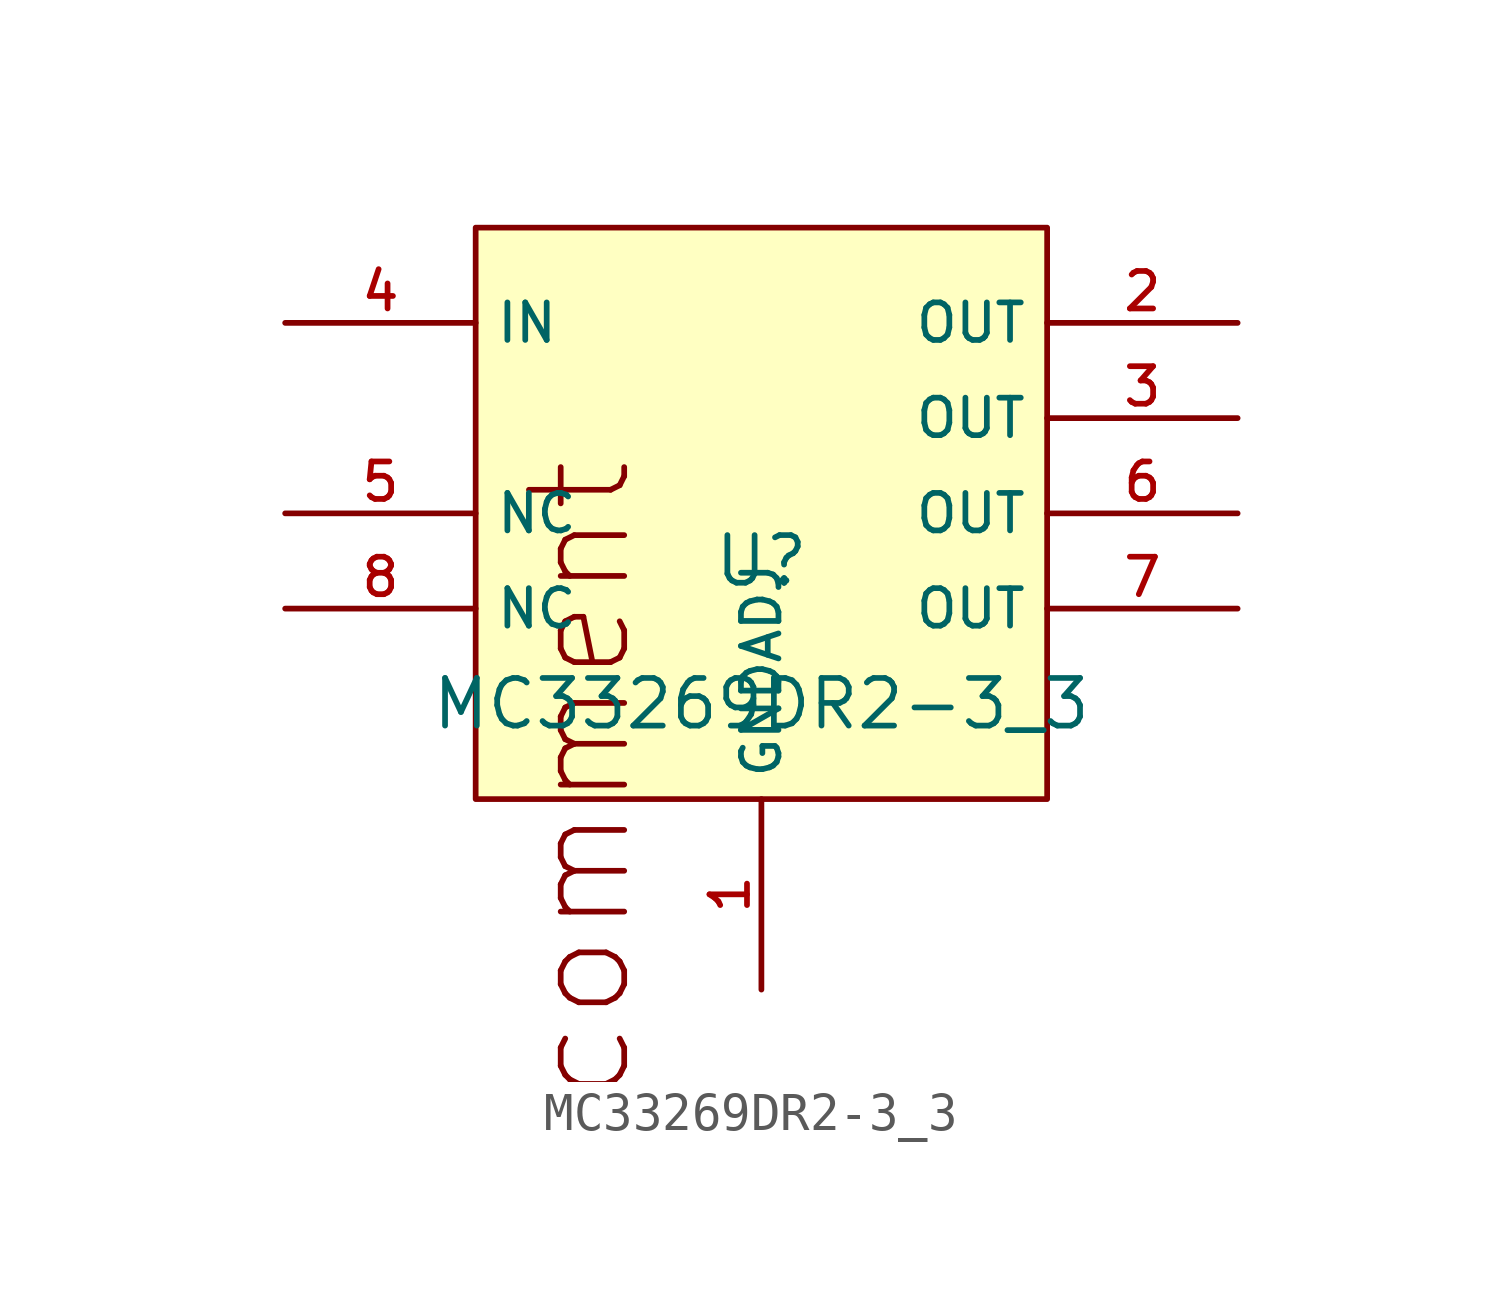
<source format=kicad_sym>
(kicad_symbol_lib
  (version 20210201)
  (generator TousstNicolas/JLC2KiCad_lib)
  (symbol "MC33269DR2-3_3"
    (property "Reference" "U"
      (at 0 1.27 0)
      (effects (font (size 1.27 1.27))))
    (property "Value" "MC33269DR2-3_3"
      (at 0 -2.54 0)
      (effects (font (size 1.27 1.27))))
    (symbol "MC33269DR2-3_3_0_1"
      (rectangle (start -7.62 10.16) (end 7.62 -5.08) (stroke (width 0) (type default) (color 0 0 0 0)) (fill (type background)))
      (text "comment" (at -4.826 -4.572 1800.0) (effects (font (size 2.54 2.54))))
      (pin power_in line (at 12.7 5.08 180) (length 5.08) (name "OUT" (effects (font (size 1 1)))) (number "3" (effects (font (size 1 1)))))
      (pin power_in line (at 12.7 7.62 180) (length 5.08) (name "OUT" (effects (font (size 1 1)))) (number "2" (effects (font (size 1 1)))))
      (pin power_in line (at 0.0 -10.16 90) (length 5.08) (name "GNDADJ" (effects (font (size 1 1)))) (number "1" (effects (font (size 1 1)))))
      (pin power_in line (at -12.7 7.62 0) (length 5.08) (name "IN" (effects (font (size 1 1)))) (number "4" (effects (font (size 1 1)))))
      (pin unspecified line (at -12.7 2.54 0) (length 5.08) (name "NC" (effects (font (size 1 1)))) (number "5" (effects (font (size 1 1)))))
      (pin power_in line (at 12.7 2.54 180) (length 5.08) (name "OUT" (effects (font (size 1 1)))) (number "6" (effects (font (size 1 1)))))
      (pin power_in line (at 12.7 -0.0 180) (length 5.08) (name "OUT" (effects (font (size 1 1)))) (number "7" (effects (font (size 1 1)))))
      (pin unspecified line (at -12.7 -0.0 0) (length 5.08) (name "NC" (effects (font (size 1 1)))) (number "8" (effects (font (size 1 1))))))))
</source>
